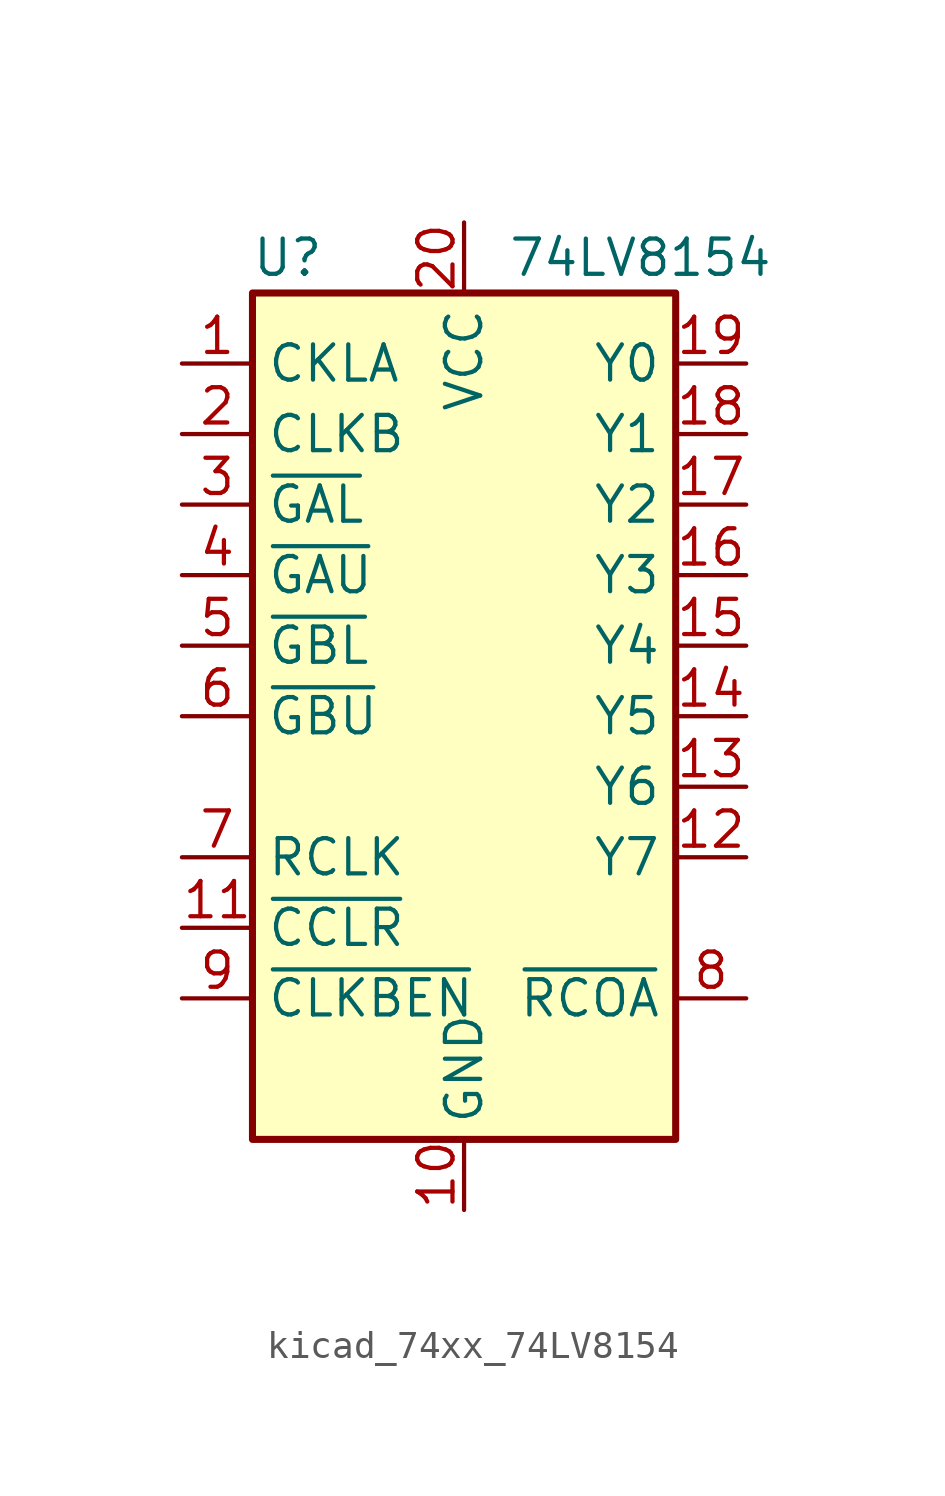
<source format=kicad_sym>
(kicad_symbol_lib
  (version 20220914)
  (generator kicad_symbol_editor)
  (symbol "kicad_74xx_74LV8154"
    (property "Reference" "U"
      (at -6.35 16.51 0)
      (effects (font (size 1.27 1.27))))
    (property "Value" "74LV8154"
      (at 6.35 16.51 0)
      (effects (font (size 1.27 1.27))))
    (symbol "kicad_74xx_74LV8154_0_1"
      (rectangle (start -7.62 15.24) (end 7.62 -15.24) (stroke (width 0.254) (type default)) (fill (type background))))
    (symbol "kicad_74xx_74LV8154_1_1"
      (pin input line (at -10.16 12.7 0) (length 2.54) (name "CKLA" (effects (font (size 1.27 1.27)))) (number "1" (effects (font (size 1.27 1.27)))))
      (pin power_in line (at 0 -17.78 90) (length 2.54) (name "GND" (effects (font (size 1.27 1.27)))) (number "10" (effects (font (size 1.27 1.27)))))
      (pin input line (at -10.16 -7.62 0) (length 2.54) (name "~{CCLR}" (effects (font (size 1.27 1.27)))) (number "11" (effects (font (size 1.27 1.27)))))
      (pin output line (at 10.16 -5.08 180) (length 2.54) (name "Y7" (effects (font (size 1.27 1.27)))) (number "12" (effects (font (size 1.27 1.27)))))
      (pin output line (at 10.16 -2.54 180) (length 2.54) (name "Y6" (effects (font (size 1.27 1.27)))) (number "13" (effects (font (size 1.27 1.27)))))
      (pin output line (at 10.16 0 180) (length 2.54) (name "Y5" (effects (font (size 1.27 1.27)))) (number "14" (effects (font (size 1.27 1.27)))))
      (pin output line (at 10.16 2.54 180) (length 2.54) (name "Y4" (effects (font (size 1.27 1.27)))) (number "15" (effects (font (size 1.27 1.27)))))
      (pin output line (at 10.16 5.08 180) (length 2.54) (name "Y3" (effects (font (size 1.27 1.27)))) (number "16" (effects (font (size 1.27 1.27)))))
      (pin output line (at 10.16 7.62 180) (length 2.54) (name "Y2" (effects (font (size 1.27 1.27)))) (number "17" (effects (font (size 1.27 1.27)))))
      (pin output line (at 10.16 10.16 180) (length 2.54) (name "Y1" (effects (font (size 1.27 1.27)))) (number "18" (effects (font (size 1.27 1.27)))))
      (pin output line (at 10.16 12.7 180) (length 2.54) (name "Y0" (effects (font (size 1.27 1.27)))) (number "19" (effects (font (size 1.27 1.27)))))
      (pin input line (at -10.16 10.16 0) (length 2.54) (name "CLKB" (effects (font (size 1.27 1.27)))) (number "2" (effects (font (size 1.27 1.27)))))
      (pin power_in line (at 0 17.78 270) (length 2.54) (name "VCC" (effects (font (size 1.27 1.27)))) (number "20" (effects (font (size 1.27 1.27)))))
      (pin input line (at -10.16 7.62 0) (length 2.54) (name "~{GAL}" (effects (font (size 1.27 1.27)))) (number "3" (effects (font (size 1.27 1.27)))))
      (pin input line (at -10.16 5.08 0) (length 2.54) (name "~{GAU}" (effects (font (size 1.27 1.27)))) (number "4" (effects (font (size 1.27 1.27)))))
      (pin input line (at -10.16 2.54 0) (length 2.54) (name "~{GBL}" (effects (font (size 1.27 1.27)))) (number "5" (effects (font (size 1.27 1.27)))))
      (pin input line (at -10.16 0 0) (length 2.54) (name "~{GBU}" (effects (font (size 1.27 1.27)))) (number "6" (effects (font (size 1.27 1.27)))))
      (pin input line (at -10.16 -5.08 0) (length 2.54) (name "RCLK" (effects (font (size 1.27 1.27)))) (number "7" (effects (font (size 1.27 1.27)))))
      (pin output line (at 10.16 -10.16 180) (length 2.54) (name "~{RCOA}" (effects (font (size 1.27 1.27)))) (number "8" (effects (font (size 1.27 1.27)))))
      (pin input line (at -10.16 -10.16 0) (length 2.54) (name "~{CLKBEN}" (effects (font (size 1.27 1.27)))) (number "9" (effects (font (size 1.27 1.27))))))))
</source>
